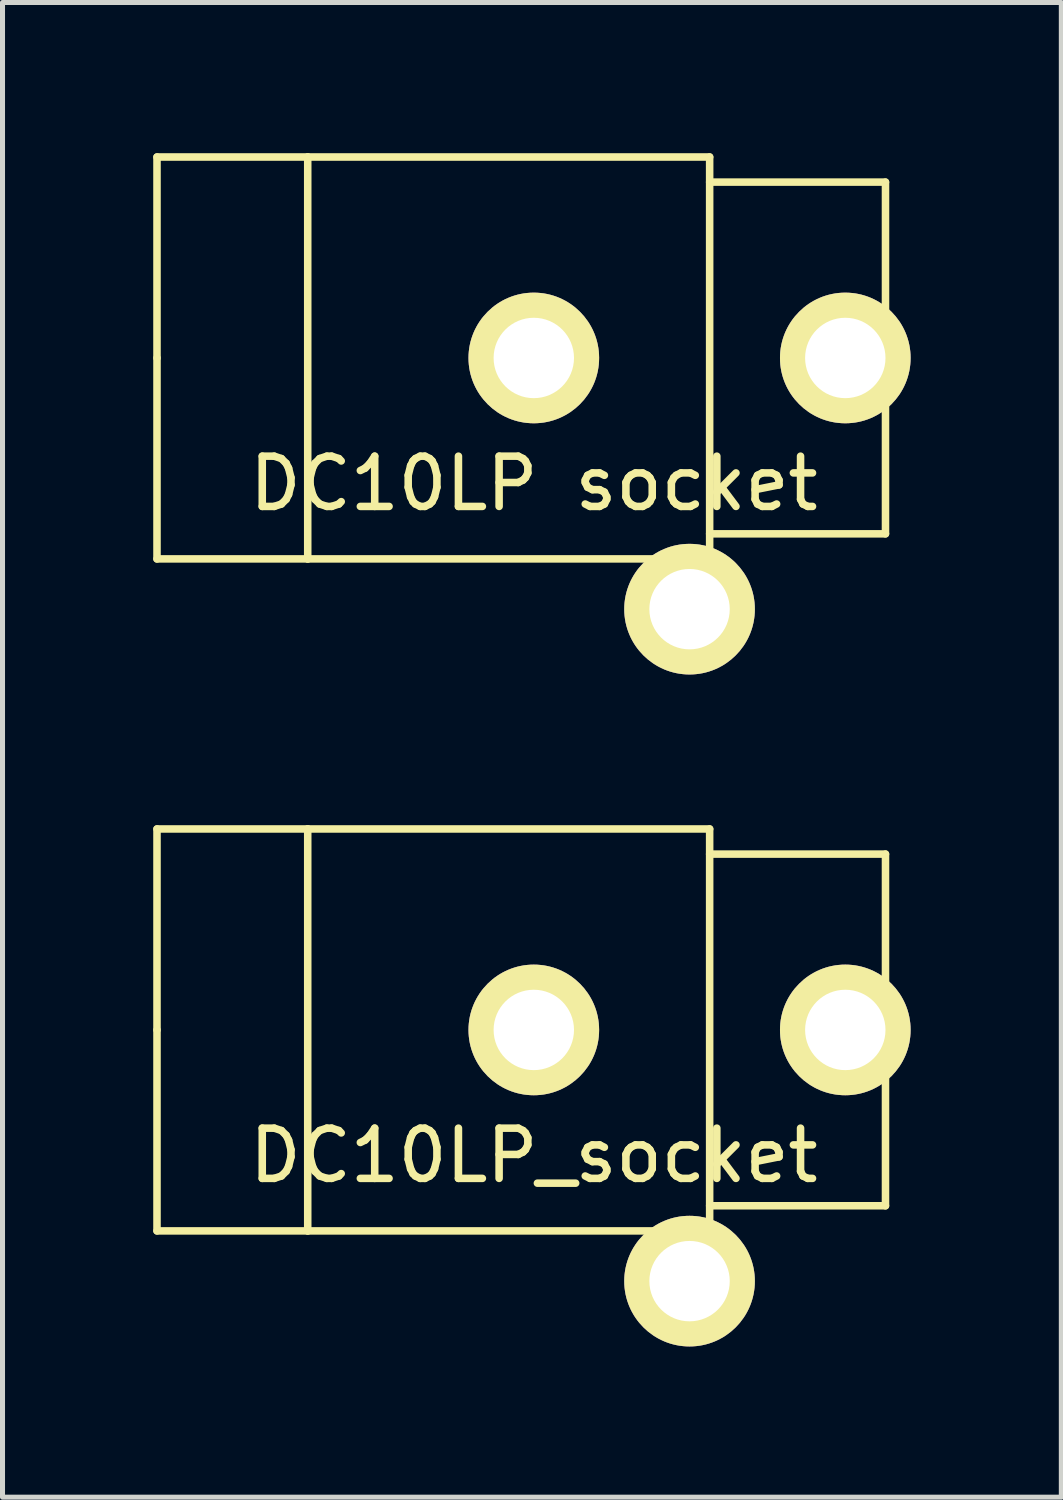
<source format=kicad_pcb>
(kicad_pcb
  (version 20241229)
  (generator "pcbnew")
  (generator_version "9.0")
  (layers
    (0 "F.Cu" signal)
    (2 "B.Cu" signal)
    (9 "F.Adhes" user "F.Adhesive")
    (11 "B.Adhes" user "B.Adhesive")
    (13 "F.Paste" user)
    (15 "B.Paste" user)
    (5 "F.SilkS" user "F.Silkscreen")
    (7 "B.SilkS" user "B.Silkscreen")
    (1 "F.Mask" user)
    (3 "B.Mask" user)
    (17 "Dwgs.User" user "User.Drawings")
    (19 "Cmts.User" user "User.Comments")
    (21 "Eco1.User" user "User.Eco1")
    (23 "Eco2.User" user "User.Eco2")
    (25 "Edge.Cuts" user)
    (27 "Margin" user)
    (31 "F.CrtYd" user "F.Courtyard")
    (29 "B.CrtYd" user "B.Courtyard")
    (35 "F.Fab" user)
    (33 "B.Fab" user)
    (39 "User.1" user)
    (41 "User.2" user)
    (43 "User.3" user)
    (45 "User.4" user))
  (footprint "DC10LP_socket"
    (layer "F.Cu")
    (at 7.575 17.45)
    (property "Reference" "DC10LP_socket" (at 0 2.5 0) (layer "F.SilkS") (effects (font (size 1 1) (thickness 0.15))))
    (attr through_hole)
    (fp_line (start -7.5 -4) (end -4.5 -4) (stroke (width 0.15) (type solid)) (layer "F.SilkS"))
    (fp_line (start -7.5 0) (end -7.5 -4) (stroke (width 0.15) (type solid)) (layer "F.SilkS"))
    (fp_line (start -7.5 4) (end -7.5 0) (stroke (width 0.15) (type solid)) (layer "F.SilkS"))
    (fp_line (start -4.5 -4) (end -4.5 4) (stroke (width 0.15) (type solid)) (layer "F.SilkS"))
    (fp_line (start -4.5 -4) (end 3.5 -4) (stroke (width 0.15) (type solid)) (layer "F.SilkS"))
    (fp_line (start -4.5 4) (end -7.5 4) (stroke (width 0.15) (type solid)) (layer "F.SilkS"))
    (fp_line (start 3.5 -4) (end 3.5 4) (stroke (width 0.15) (type solid)) (layer "F.SilkS"))
    (fp_line (start 3.5 -3.5) (end 7 -3.5) (stroke (width 0.15) (type solid)) (layer "F.SilkS"))
    (fp_line (start 3.5 4) (end -4.5 4) (stroke (width 0.15) (type solid)) (layer "F.SilkS"))
    (fp_line (start 7 -3.5) (end 7 3.5) (stroke (width 0.15) (type solid)) (layer "F.SilkS"))
    (fp_line (start 7 3.5) (end 3.5 3.5) (stroke (width 0.15) (type solid)) (layer "F.SilkS"))
    (pad "1" thru_hole circle (at 0 0) (size 2.6 2.6) (drill 1.6) (layers "*.Cu" "*.Mask" "F.SilkS"))
    (pad "2" thru_hole circle (at 6.2 0) (size 2.6 2.6) (drill 1.6) (layers "*.Cu" "*.Mask" "F.SilkS"))
    (pad "3" thru_hole circle (at 3.1 5) (size 2.6 2.6) (drill 1.6) (layers "*.Cu" "*.Mask" "F.SilkS")))
  (footprint "DC10LP socket"
    (layer "F.Cu")
    (at 7.575 4.075)
    (property "Reference" "DC10LP socket" (at 0 2.5 0) (layer "F.SilkS") (effects (font (size 1 1) (thickness 0.15))))
    (attr through_hole)
    (fp_line (start -7.5 -4) (end -4.5 -4) (stroke (width 0.15) (type solid)) (layer "F.SilkS"))
    (fp_line (start -7.5 0) (end -7.5 -4) (stroke (width 0.15) (type solid)) (layer "F.SilkS"))
    (fp_line (start -7.5 4) (end -7.5 0) (stroke (width 0.15) (type solid)) (layer "F.SilkS"))
    (fp_line (start -4.5 -4) (end -4.5 4) (stroke (width 0.15) (type solid)) (layer "F.SilkS"))
    (fp_line (start -4.5 -4) (end 3.5 -4) (stroke (width 0.15) (type solid)) (layer "F.SilkS"))
    (fp_line (start -4.5 4) (end -7.5 4) (stroke (width 0.15) (type solid)) (layer "F.SilkS"))
    (fp_line (start 3.5 -4) (end 3.5 4) (stroke (width 0.15) (type solid)) (layer "F.SilkS"))
    (fp_line (start 3.5 -3.5) (end 7 -3.5) (stroke (width 0.15) (type solid)) (layer "F.SilkS"))
    (fp_line (start 3.5 4) (end -4.5 4) (stroke (width 0.15) (type solid)) (layer "F.SilkS"))
    (fp_line (start 7 -3.5) (end 7 3.5) (stroke (width 0.15) (type solid)) (layer "F.SilkS"))
    (fp_line (start 7 3.5) (end 3.5 3.5) (stroke (width 0.15) (type solid)) (layer "F.SilkS"))
    (pad "1" thru_hole circle (at 0 0) (size 2.6 2.6) (drill 1.6) (layers "*.Cu" "*.Mask" "F.SilkS"))
    (pad "2" thru_hole circle (at 6.2 0) (size 2.6 2.6) (drill 1.6) (layers "*.Cu" "*.Mask" "F.SilkS"))
    (pad "3" thru_hole circle (at 3.1 5) (size 2.6 2.6) (drill 1.6) (layers "*.Cu" "*.Mask" "F.SilkS")))
  (gr_rect
    (start -3 -3)
    (end 18.075 26.75)
    (stroke (width 0.1) (type default))
    (fill no)
    (layer "Edge.Cuts")))
</source>
